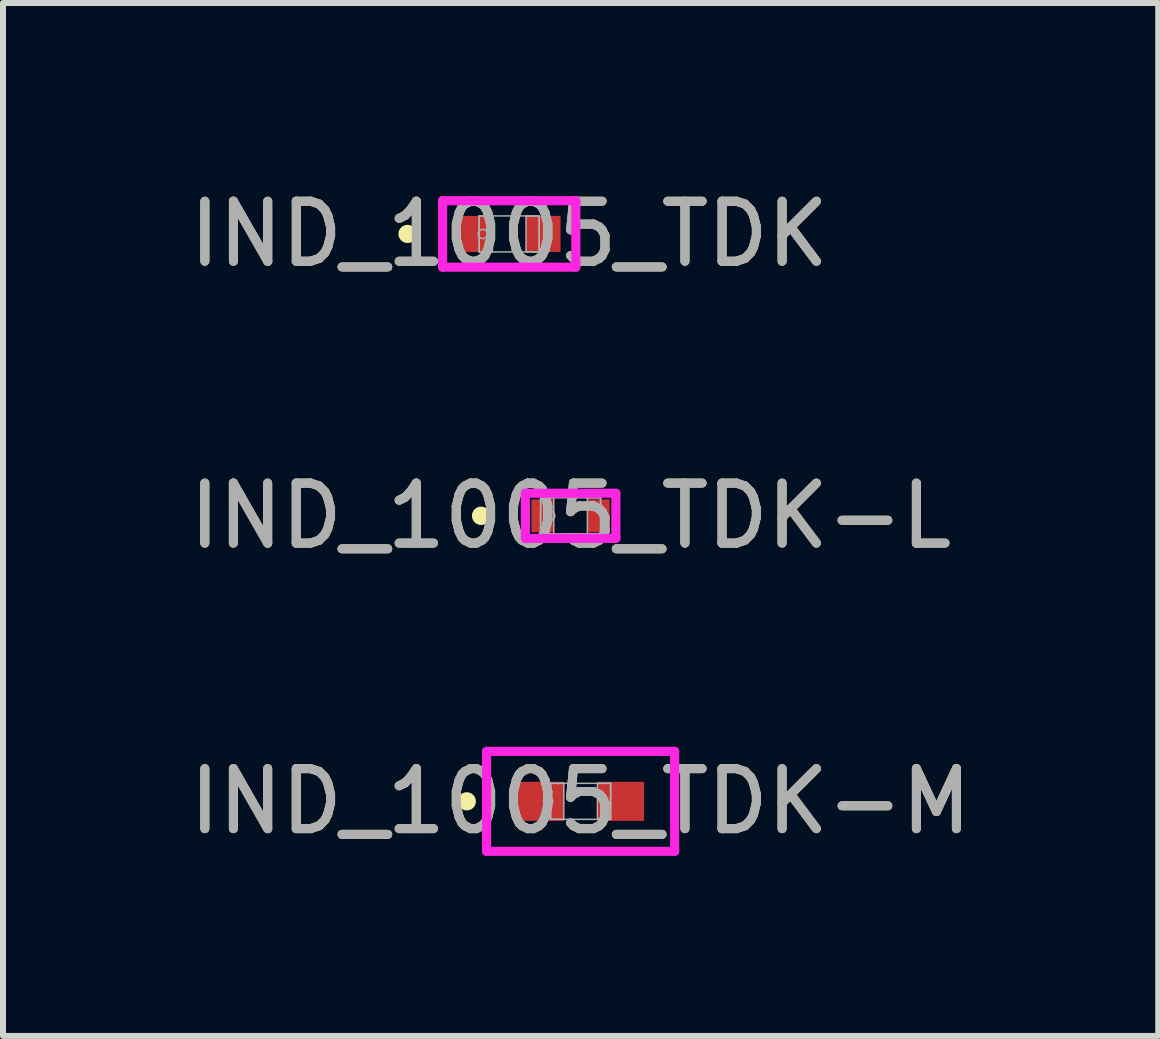
<source format=kicad_pcb>
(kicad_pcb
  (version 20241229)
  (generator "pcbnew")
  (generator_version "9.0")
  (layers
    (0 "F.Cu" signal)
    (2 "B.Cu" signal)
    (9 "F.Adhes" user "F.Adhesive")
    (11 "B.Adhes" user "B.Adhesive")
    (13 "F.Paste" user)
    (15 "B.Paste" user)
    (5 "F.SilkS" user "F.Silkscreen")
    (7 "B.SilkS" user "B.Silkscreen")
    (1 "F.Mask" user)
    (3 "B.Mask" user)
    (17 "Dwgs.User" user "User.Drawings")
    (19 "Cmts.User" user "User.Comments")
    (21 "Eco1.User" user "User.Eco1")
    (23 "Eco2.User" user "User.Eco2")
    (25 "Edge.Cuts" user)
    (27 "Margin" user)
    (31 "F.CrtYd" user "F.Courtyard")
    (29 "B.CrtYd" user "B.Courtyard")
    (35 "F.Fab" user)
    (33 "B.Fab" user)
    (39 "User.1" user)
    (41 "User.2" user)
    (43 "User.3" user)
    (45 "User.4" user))
  (footprint "IND_1005_TDK-M"
    (layer "F.Cu")
    (at 6.625 10.303)
    (property "Reference" "IND_1005_TDK-M" (at 0 0 0) (unlocked yes) (layer "F.SilkS") (effects (font (size 1 1) (thickness 0.15))))
    (attr smd)
    (fp_circle (center -1.897 0) (end -1.821 0) (stroke (width 0.152) (type solid)) (fill no) (layer "F.SilkS"))
    (fp_line (start -1.567 -0.833) (end 1.567 -0.833) (stroke (width 0.152) (type solid)) (layer "F.CrtYd"))
    (fp_line (start -1.567 0.833) (end -1.567 -0.833) (stroke (width 0.152) (type solid)) (layer "F.CrtYd"))
    (fp_line (start 1.567 -0.833) (end 1.567 0.833) (stroke (width 0.152) (type solid)) (layer "F.CrtYd"))
    (fp_line (start 1.567 0.833) (end -1.567 0.833) (stroke (width 0.152) (type solid)) (layer "F.CrtYd"))
    (fp_line (start -0.5 -0.3) (end -0.5 0.3) (stroke (width 0.025) (type solid)) (layer "F.Fab"))
    (fp_line (start -0.5 -0.3) (end -0.5 0.3) (stroke (width 0.025) (type solid)) (layer "F.Fab"))
    (fp_line (start -0.5 0.3) (end -0.28 0.3) (stroke (width 0.025) (type solid)) (layer "F.Fab"))
    (fp_line (start -0.5 0.3) (end 0.5 0.3) (stroke (width 0.025) (type solid)) (layer "F.Fab"))
    (fp_line (start -0.28 -0.3) (end -0.5 -0.3) (stroke (width 0.025) (type solid)) (layer "F.Fab"))
    (fp_line (start -0.28 0.3) (end -0.28 -0.3) (stroke (width 0.025) (type solid)) (layer "F.Fab"))
    (fp_line (start 0.28 -0.3) (end 0.28 0.3) (stroke (width 0.025) (type solid)) (layer "F.Fab"))
    (fp_line (start 0.28 0.3) (end 0.5 0.3) (stroke (width 0.025) (type solid)) (layer "F.Fab"))
    (fp_line (start 0.5 -0.3) (end -0.5 -0.3) (stroke (width 0.025) (type solid)) (layer "F.Fab"))
    (fp_line (start 0.5 -0.3) (end 0.28 -0.3) (stroke (width 0.025) (type solid)) (layer "F.Fab"))
    (fp_line (start 0.5 0.3) (end 0.5 -0.3) (stroke (width 0.025) (type solid)) (layer "F.Fab"))
    (fp_line (start 0.5 0.3) (end 0.5 -0.3) (stroke (width 0.025) (type solid)) (layer "F.Fab"))
    (fp_circle (center -0.542 0) (end -0.466 0) (stroke (width 0.025) (type solid)) (fill no) (layer "F.Fab"))
    (fp_text user "${REFERENCE}" (at 0 0 0) (unlocked yes) (layer "F.Fab") (effects (font (size 1 1) (thickness 0.15))))
    (pad "1" smd rect (at -0.669 0) (size 0.779 0.651) (layers "F.Cu" "F.Mask" "F.Paste"))
    (pad "2" smd rect (at 0.669 0) (size 0.779 0.651) (layers "F.Cu" "F.Mask" "F.Paste"))
    (zone (net_name "") (layer "F.Cu") (hatch full 0.508) (connect_pads) (min_thickness 0.254) (filled_areas_thickness no) (keepout (tracks not_allowed) (vias not_allowed) (pads allowed) (copperpour not_allowed) (footprints allowed)) (placement (enabled no)) (fill) (polygon (pts (xy 6.396 10.053) (xy 6.854 10.053) (xy 6.854 10.552) (xy 6.396 10.552)))))
  (footprint "IND_1005_TDK"
    (layer "F.Cu")
    (at 5.435 0.848)
    (property "Reference" "IND_1005_TDK" (at 0 0 0) (unlocked yes) (layer "F.SilkS") (effects (font (size 1 1) (thickness 0.15))))
    (attr smd)
    (fp_circle (center -1.694 0) (end -1.618 0) (stroke (width 0.152) (type solid)) (fill no) (layer "F.SilkS"))
    (fp_line (start -1.11 -0.554) (end 1.11 -0.554) (stroke (width 0.152) (type solid)) (layer "F.CrtYd"))
    (fp_line (start -1.11 0.554) (end -1.11 -0.554) (stroke (width 0.152) (type solid)) (layer "F.CrtYd"))
    (fp_line (start 1.11 -0.554) (end 1.11 0.554) (stroke (width 0.152) (type solid)) (layer "F.CrtYd"))
    (fp_line (start 1.11 0.554) (end -1.11 0.554) (stroke (width 0.152) (type solid)) (layer "F.CrtYd"))
    (fp_line (start -0.5 -0.3) (end -0.5 0.3) (stroke (width 0.025) (type solid)) (layer "F.Fab"))
    (fp_line (start -0.5 -0.3) (end -0.5 0.3) (stroke (width 0.025) (type solid)) (layer "F.Fab"))
    (fp_line (start -0.5 0.3) (end -0.28 0.3) (stroke (width 0.025) (type solid)) (layer "F.Fab"))
    (fp_line (start -0.5 0.3) (end 0.5 0.3) (stroke (width 0.025) (type solid)) (layer "F.Fab"))
    (fp_line (start -0.28 -0.3) (end -0.5 -0.3) (stroke (width 0.025) (type solid)) (layer "F.Fab"))
    (fp_line (start -0.28 0.3) (end -0.28 -0.3) (stroke (width 0.025) (type solid)) (layer "F.Fab"))
    (fp_line (start 0.28 -0.3) (end 0.28 0.3) (stroke (width 0.025) (type solid)) (layer "F.Fab"))
    (fp_line (start 0.28 0.3) (end 0.5 0.3) (stroke (width 0.025) (type solid)) (layer "F.Fab"))
    (fp_line (start 0.5 -0.3) (end -0.5 -0.3) (stroke (width 0.025) (type solid)) (layer "F.Fab"))
    (fp_line (start 0.5 -0.3) (end 0.28 -0.3) (stroke (width 0.025) (type solid)) (layer "F.Fab"))
    (fp_line (start 0.5 0.3) (end 0.5 -0.3) (stroke (width 0.025) (type solid)) (layer "F.Fab"))
    (fp_line (start 0.5 0.3) (end 0.5 -0.3) (stroke (width 0.025) (type solid)) (layer "F.Fab"))
    (fp_circle (center -0.441 0) (end -0.365 0) (stroke (width 0.025) (type solid)) (fill no) (layer "F.Fab"))
    (fp_text user "${REFERENCE}" (at 0 0 0) (unlocked yes) (layer "F.Fab") (effects (font (size 1 1) (thickness 0.15))))
    (pad "1" smd rect (at -0.568 0) (size 0.576 0.6) (layers "F.Cu" "F.Mask" "F.Paste"))
    (pad "2" smd rect (at 0.568 0) (size 0.576 0.6) (layers "F.Cu" "F.Mask" "F.Paste"))
    (zone (net_name "") (layer "F.Cu") (hatch full 0.508) (connect_pads) (min_thickness 0.254) (filled_areas_thickness no) (keepout (tracks not_allowed) (vias not_allowed) (pads allowed) (copperpour not_allowed) (footprints allowed)) (placement (enabled no)) (fill) (polygon (pts (xy 5.205 0.599) (xy 5.664 0.599) (xy 5.664 1.097) (xy 5.205 1.097)))))
  (footprint "IND_1005_TDK-L"
    (layer "F.Cu")
    (at 6.458 5.545)
    (property "Reference" "IND_1005_TDK-L" (at 0 0 0) (unlocked yes) (layer "F.SilkS") (effects (font (size 1 1) (thickness 0.15))))
    (attr smd)
    (fp_circle (center -1.491 0) (end -1.414 0) (stroke (width 0.152) (type solid)) (fill no) (layer "F.SilkS"))
    (fp_line (start -0.754 -0.376) (end 0.754 -0.376) (stroke (width 0.152) (type solid)) (layer "F.CrtYd"))
    (fp_line (start -0.754 0.376) (end -0.754 -0.376) (stroke (width 0.152) (type solid)) (layer "F.CrtYd"))
    (fp_line (start 0.754 -0.376) (end 0.754 0.376) (stroke (width 0.152) (type solid)) (layer "F.CrtYd"))
    (fp_line (start 0.754 0.376) (end -0.754 0.376) (stroke (width 0.152) (type solid)) (layer "F.CrtYd"))
    (fp_line (start -0.5 -0.3) (end -0.5 0.3) (stroke (width 0.025) (type solid)) (layer "F.Fab"))
    (fp_line (start -0.5 -0.3) (end -0.5 0.3) (stroke (width 0.025) (type solid)) (layer "F.Fab"))
    (fp_line (start -0.5 0.3) (end -0.28 0.3) (stroke (width 0.025) (type solid)) (layer "F.Fab"))
    (fp_line (start -0.5 0.3) (end 0.5 0.3) (stroke (width 0.025) (type solid)) (layer "F.Fab"))
    (fp_line (start -0.28 -0.3) (end -0.5 -0.3) (stroke (width 0.025) (type solid)) (layer "F.Fab"))
    (fp_line (start -0.28 0.3) (end -0.28 -0.3) (stroke (width 0.025) (type solid)) (layer "F.Fab"))
    (fp_line (start 0.28 -0.3) (end 0.28 0.3) (stroke (width 0.025) (type solid)) (layer "F.Fab"))
    (fp_line (start 0.28 0.3) (end 0.5 0.3) (stroke (width 0.025) (type solid)) (layer "F.Fab"))
    (fp_line (start 0.5 -0.3) (end -0.5 -0.3) (stroke (width 0.025) (type solid)) (layer "F.Fab"))
    (fp_line (start 0.5 -0.3) (end 0.28 -0.3) (stroke (width 0.025) (type solid)) (layer "F.Fab"))
    (fp_line (start 0.5 0.3) (end 0.5 -0.3) (stroke (width 0.025) (type solid)) (layer "F.Fab"))
    (fp_line (start 0.5 0.3) (end 0.5 -0.3) (stroke (width 0.025) (type solid)) (layer "F.Fab"))
    (fp_circle (center -0.339 0) (end -0.263 0) (stroke (width 0.025) (type solid)) (fill no) (layer "F.Fab"))
    (fp_text user "${REFERENCE}" (at 0 0 0) (unlocked yes) (layer "F.Fab") (effects (font (size 1 1) (thickness 0.15))))
    (pad "1" smd rect (at -0.466 0) (size 0.372 0.549) (layers "F.Cu" "F.Mask" "F.Paste"))
    (pad "2" smd rect (at 0.466 0) (size 0.372 0.549) (layers "F.Cu" "F.Mask" "F.Paste"))
    (zone (net_name "") (layer "F.Cu") (hatch full 0.508) (connect_pads) (min_thickness 0.254) (filled_areas_thickness no) (keepout (tracks not_allowed) (vias not_allowed) (pads allowed) (copperpour not_allowed) (footprints allowed)) (placement (enabled no)) (fill) (polygon (pts (xy 6.229 5.296) (xy 6.688 5.296) (xy 6.688 5.794) (xy 6.229 5.794)))))
  (gr_rect
    (start -3 -3)
    (end 16.25 14.212)
    (stroke (width 0.1) (type default))
    (fill no)
    (layer "Edge.Cuts")))
</source>
